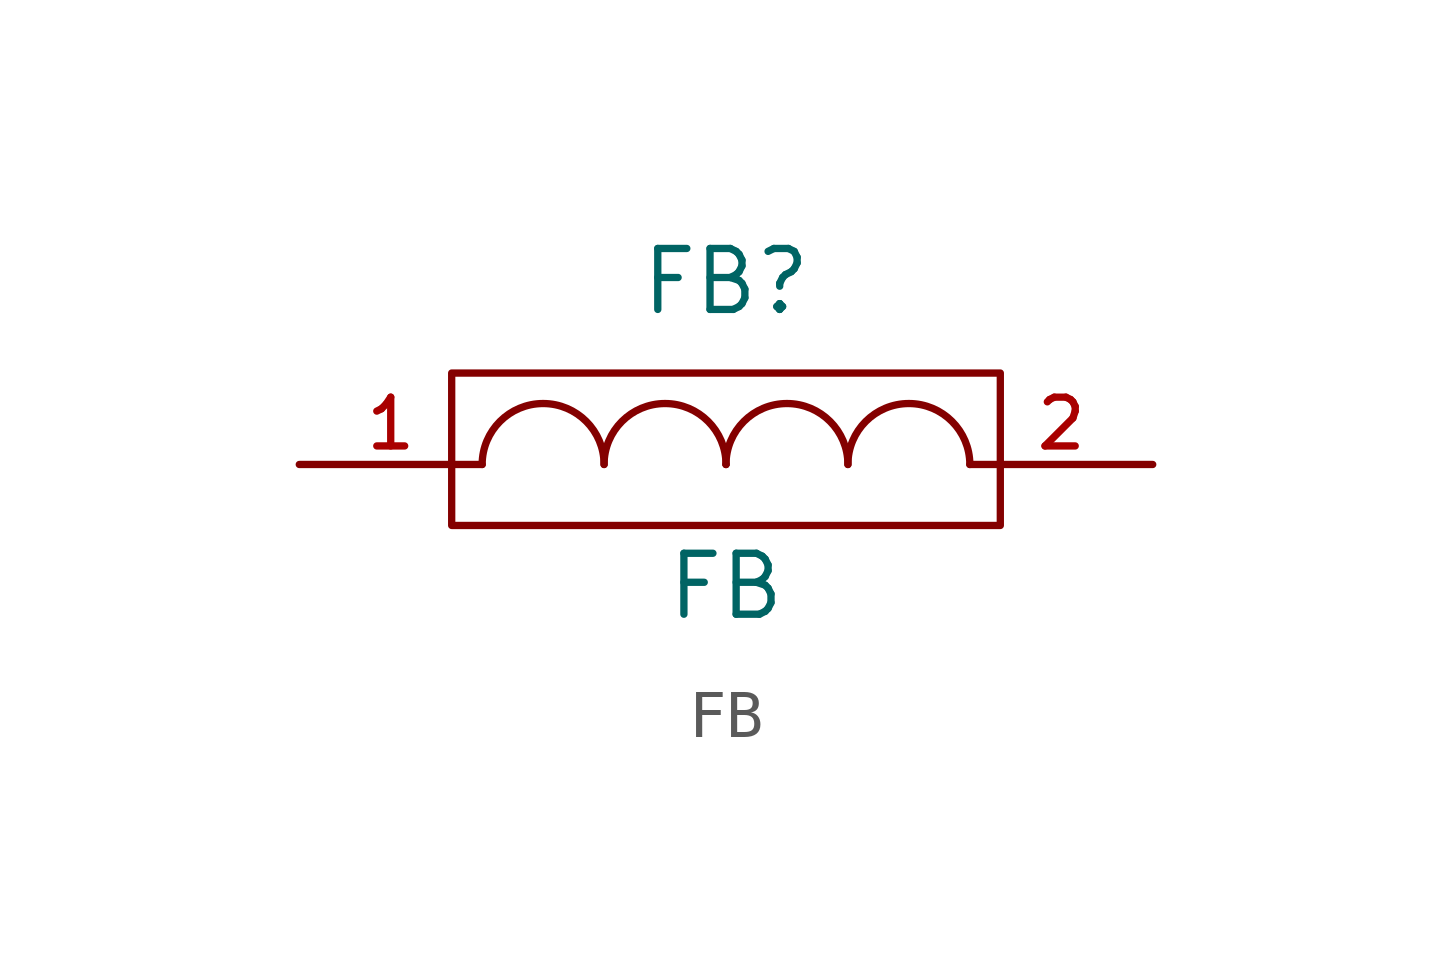
<source format=kicad_sym>
(kicad_symbol_lib
  (version 20220914)
  (generator kicad_symbol_editor)
  (symbol "FB"
    (pin_names
      (offset 1.016) hide)
    (property "Reference" "FB"
      (at 0 3.81 0)
      (effects (font (size 1.27 1.27))))
    (property "Value" "FB"
      (at 0 -2.54 0)
      (effects (font (size 1.27 1.27))))
    (symbol "FB_1_1"
      (rectangle (start -5.715 1.905) (end 5.715 -1.27) (stroke (width 0) (type default)) (fill (type none)))
      (arc (start -2.54 0) (mid -3.81 1.2645) (end -5.08 0) (stroke (width 0) (type default)) (fill (type none)))
      (arc (start 0 0) (mid -1.27 1.2645) (end -2.54 0) (stroke (width 0) (type default)) (fill (type none)))
      (arc (start 0 0) (mid 0 0) (end 0 0) (stroke (width 0) (type default)) (fill (type none)))
      (arc (start 2.54 0) (mid 1.27 1.2645) (end 0 0) (stroke (width 0) (type default)) (fill (type none)))
      (arc (start 5.08 0) (mid 3.81 1.2645) (end 2.54 0) (stroke (width 0) (type default)) (fill (type none)))
      (pin passive line (at -8.89 0 0) (length 3.81) (name "1" (effects (font (size 1.016 1.016)))) (number "1" (effects (font (size 1.016 1.016)))))
      (pin passive line (at 8.89 0 180) (length 3.81) (name "2" (effects (font (size 1.016 1.016)))) (number "2" (effects (font (size 1.016 1.016))))))))
</source>
